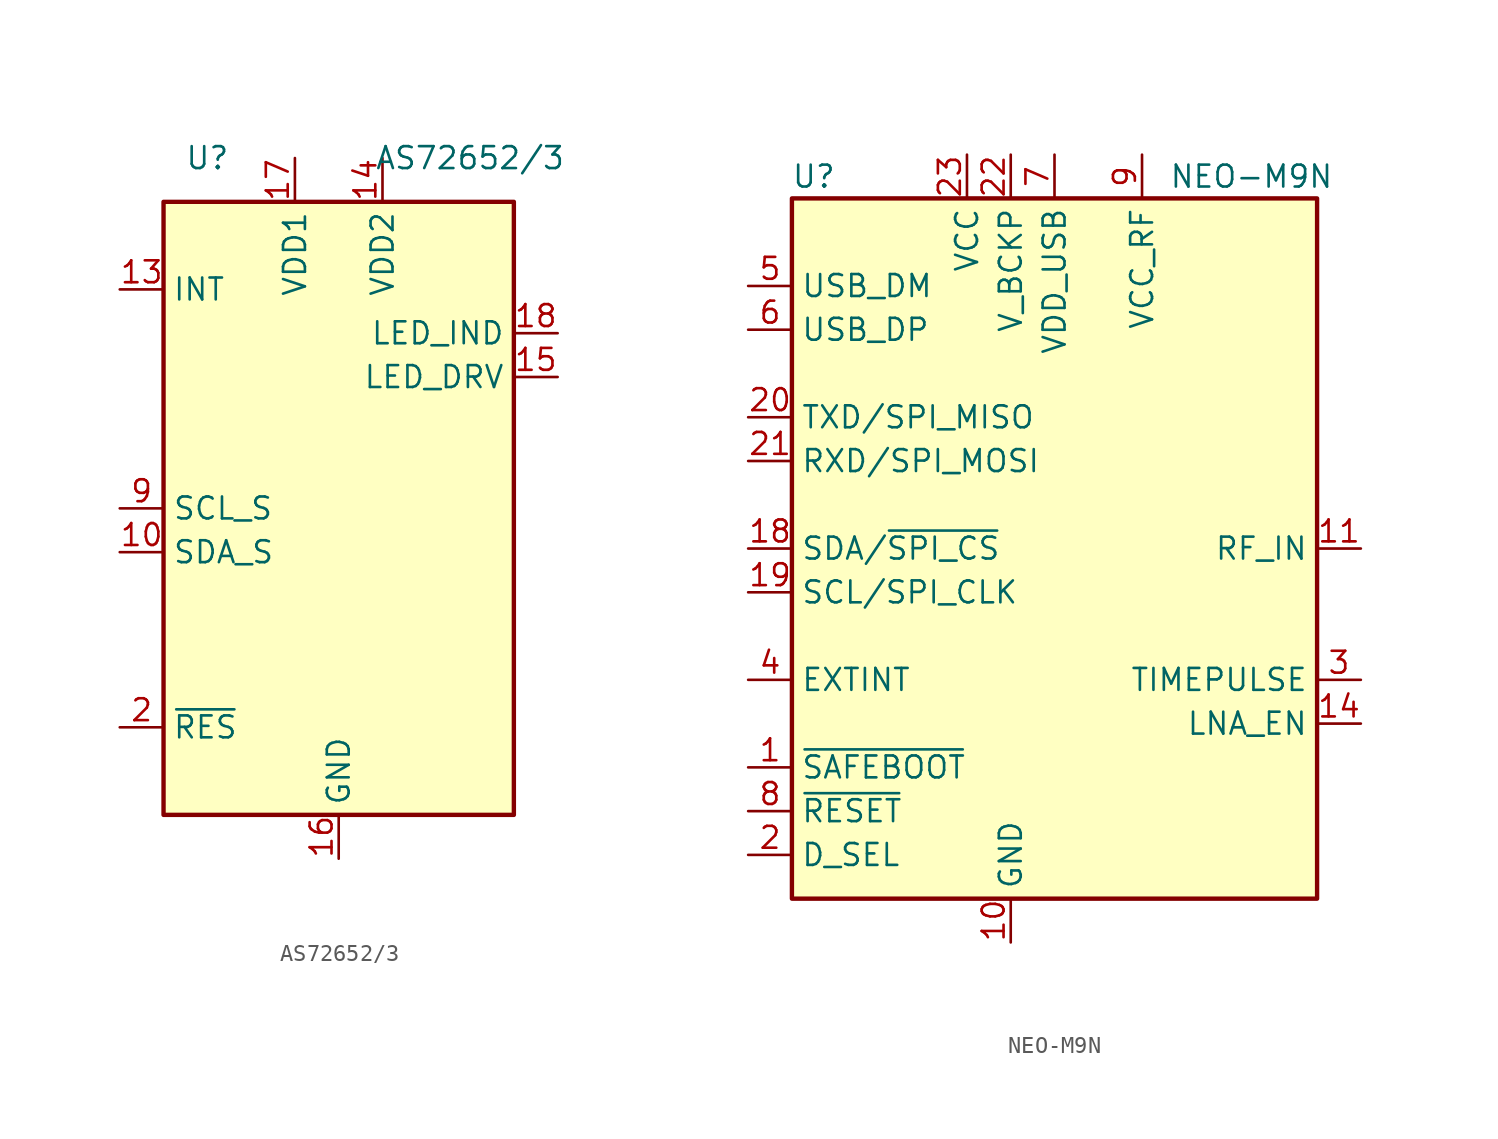
<source format=kicad_sym>
(kicad_symbol_lib
  (version 20211014)
  (generator kicad_symbol_editor)
  (symbol "AS72652/3"
    (property "Reference" "U"
      (at -7.62 20.32 0)
      (effects (font (size 1.27 1.27))))
    (property "Value" "AS72652/3"
      (at 7.62 20.32 0)
      (effects (font (size 1.27 1.27))))
    (symbol "AS72652/3_0_1"
      (rectangle (start 10.16 -17.78) (end -10.16 17.78) (stroke (width 0.254) (type default) (color 0 0 0 0)) (fill (type background))))
    (symbol "AS72652/3_1_1"
      (pin no_connect line (at -10.16 -5.08 0) (length 2.54) hide (name "NC" (effects (font (size 1.27 1.27)))) (number "1" (effects (font (size 1.27 1.27)))))
      (pin bidirectional line (at -12.7 -2.54 0) (length 2.54) (name "SDA_S" (effects (font (size 1.27 1.27)))) (number "10" (effects (font (size 1.27 1.27)))))
      (pin no_connect line (at -10.16 10.16 0) (length 2.54) hide (name "NC" (effects (font (size 1.27 1.27)))) (number "11" (effects (font (size 1.27 1.27)))))
      (pin no_connect line (at -10.16 7.62 0) (length 2.54) hide (name "NC" (effects (font (size 1.27 1.27)))) (number "12" (effects (font (size 1.27 1.27)))))
      (pin output line (at -12.7 12.7 0) (length 2.54) (name "INT" (effects (font (size 1.27 1.27)))) (number "13" (effects (font (size 1.27 1.27)))))
      (pin power_in line (at 2.54 20.32 270) (length 2.54) (name "VDD2" (effects (font (size 1.27 1.27)))) (number "14" (effects (font (size 1.27 1.27)))))
      (pin output line (at 12.7 7.62 180) (length 2.54) (name "LED_DRV" (effects (font (size 1.27 1.27)))) (number "15" (effects (font (size 1.27 1.27)))))
      (pin power_in line (at 0 -20.32 90) (length 2.54) (name "GND" (effects (font (size 1.27 1.27)))) (number "16" (effects (font (size 1.27 1.27)))))
      (pin power_in line (at -2.54 20.32 270) (length 2.54) (name "VDD1" (effects (font (size 1.27 1.27)))) (number "17" (effects (font (size 1.27 1.27)))))
      (pin output line (at 12.7 10.16 180) (length 2.54) (name "LED_IND" (effects (font (size 1.27 1.27)))) (number "18" (effects (font (size 1.27 1.27)))))
      (pin no_connect line (at 10.16 -12.7 180) (length 2.54) hide (name "NC" (effects (font (size 1.27 1.27)))) (number "19" (effects (font (size 1.27 1.27)))))
      (pin input line (at -12.7 -12.7 0) (length 2.54) (name "~{RES}" (effects (font (size 1.27 1.27)))) (number "2" (effects (font (size 1.27 1.27)))))
      (pin no_connect line (at -10.16 -7.62 0) (length 2.54) hide (name "NC" (effects (font (size 1.27 1.27)))) (number "20" (effects (font (size 1.27 1.27)))))
      (pin no_connect line (at 10.16 -5.08 180) (length 2.54) hide (name "NC" (effects (font (size 1.27 1.27)))) (number "3" (effects (font (size 1.27 1.27)))))
      (pin no_connect line (at 10.16 0 180) (length 2.54) hide (name "NC" (effects (font (size 1.27 1.27)))) (number "4" (effects (font (size 1.27 1.27)))))
      (pin no_connect line (at 10.16 -2.54 180) (length 2.54) hide (name "NC" (effects (font (size 1.27 1.27)))) (number "5" (effects (font (size 1.27 1.27)))))
      (pin no_connect line (at 10.16 -7.62 180) (length 2.54) hide (name "NC" (effects (font (size 1.27 1.27)))) (number "6" (effects (font (size 1.27 1.27)))))
      (pin no_connect line (at 10.16 -10.16 180) (length 2.54) hide (name "NC" (effects (font (size 1.27 1.27)))) (number "7" (effects (font (size 1.27 1.27)))))
      (pin no_connect line (at -10.16 5.08 0) (length 2.54) hide (name "NC" (effects (font (size 1.27 1.27)))) (number "8" (effects (font (size 1.27 1.27)))))
      (pin output line (at -12.7 0 0) (length 2.54) (name "SCL_S" (effects (font (size 1.27 1.27)))) (number "9" (effects (font (size 1.27 1.27)))))))
  (symbol "NEO-M9N"
    (property "Reference" "U"
      (at -13.97 21.59 0)
      (effects (font (size 1.27 1.27))))
    (property "Value" "NEO-M9N"
      (at 11.43 21.59 0)
      (effects (font (size 1.27 1.27))))
    (symbol "NEO-M9N_0_1"
      (rectangle (start -15.24 20.32) (end 15.24 -20.32) (stroke (width 0.254) (type default) (color 0 0 0 0)) (fill (type background))))
    (symbol "NEO-M9N_1_1"
      (pin input line (at -17.78 -12.7 0) (length 2.54) (name "~{SAFEBOOT}" (effects (font (size 1.27 1.27)))) (number "1" (effects (font (size 1.27 1.27)))))
      (pin power_in line (at -2.54 -22.86 90) (length 2.54) (name "GND" (effects (font (size 1.27 1.27)))) (number "10" (effects (font (size 1.27 1.27)))))
      (pin input line (at 17.78 0 180) (length 2.54) (name "RF_IN" (effects (font (size 1.27 1.27)))) (number "11" (effects (font (size 1.27 1.27)))))
      (pin passive line (at 2.54 -22.86 90) (length 2.54) hide (name "GND" (effects (font (size 1.27 1.27)))) (number "12" (effects (font (size 1.27 1.27)))))
      (pin passive line (at -5.08 -22.86 90) (length 2.54) hide (name "GND" (effects (font (size 1.27 1.27)))) (number "13" (effects (font (size 1.27 1.27)))))
      (pin output line (at 17.78 -10.16 180) (length 2.54) (name "LNA_EN" (effects (font (size 1.27 1.27)))) (number "14" (effects (font (size 1.27 1.27)))))
      (pin no_connect line (at 15.24 -12.7 180) (length 2.54) hide (name "RESERVED" (effects (font (size 1.27 1.27)))) (number "15" (effects (font (size 1.27 1.27)))))
      (pin no_connect line (at 15.24 -15.24 180) (length 2.54) hide (name "RESERVED" (effects (font (size 1.27 1.27)))) (number "16" (effects (font (size 1.27 1.27)))))
      (pin no_connect line (at 15.24 -17.78 180) (length 2.54) hide (name "RESERVED" (effects (font (size 1.27 1.27)))) (number "17" (effects (font (size 1.27 1.27)))))
      (pin bidirectional line (at -17.78 0 0) (length 2.54) (name "SDA/~{SPI_CS}" (effects (font (size 1.27 1.27)))) (number "18" (effects (font (size 1.27 1.27)))))
      (pin input line (at -17.78 -2.54 0) (length 2.54) (name "SCL/SPI_CLK" (effects (font (size 1.27 1.27)))) (number "19" (effects (font (size 1.27 1.27)))))
      (pin input line (at -17.78 -17.78 0) (length 2.54) (name "D_SEL" (effects (font (size 1.27 1.27)))) (number "2" (effects (font (size 1.27 1.27)))))
      (pin output line (at -17.78 7.62 0) (length 2.54) (name "TXD/SPI_MISO" (effects (font (size 1.27 1.27)))) (number "20" (effects (font (size 1.27 1.27)))))
      (pin input line (at -17.78 5.08 0) (length 2.54) (name "RXD/SPI_MOSI" (effects (font (size 1.27 1.27)))) (number "21" (effects (font (size 1.27 1.27)))))
      (pin power_in line (at -2.54 22.86 270) (length 2.54) (name "V_BCKP" (effects (font (size 1.27 1.27)))) (number "22" (effects (font (size 1.27 1.27)))))
      (pin power_in line (at -5.08 22.86 270) (length 2.54) (name "VCC" (effects (font (size 1.27 1.27)))) (number "23" (effects (font (size 1.27 1.27)))))
      (pin passive line (at 0 -22.86 90) (length 2.54) hide (name "GND" (effects (font (size 1.27 1.27)))) (number "24" (effects (font (size 1.27 1.27)))))
      (pin output line (at 17.78 -7.62 180) (length 2.54) (name "TIMEPULSE" (effects (font (size 1.27 1.27)))) (number "3" (effects (font (size 1.27 1.27)))))
      (pin input line (at -17.78 -7.62 0) (length 2.54) (name "EXTINT" (effects (font (size 1.27 1.27)))) (number "4" (effects (font (size 1.27 1.27)))))
      (pin bidirectional line (at -17.78 15.24 0) (length 2.54) (name "USB_DM" (effects (font (size 1.27 1.27)))) (number "5" (effects (font (size 1.27 1.27)))))
      (pin bidirectional line (at -17.78 12.7 0) (length 2.54) (name "USB_DP" (effects (font (size 1.27 1.27)))) (number "6" (effects (font (size 1.27 1.27)))))
      (pin power_in line (at 0 22.86 270) (length 2.54) (name "VDD_USB" (effects (font (size 1.27 1.27)))) (number "7" (effects (font (size 1.27 1.27)))))
      (pin input line (at -17.78 -15.24 0) (length 2.54) (name "~{RESET}" (effects (font (size 1.27 1.27)))) (number "8" (effects (font (size 1.27 1.27)))))
      (pin power_out line (at 5.08 22.86 270) (length 2.54) (name "VCC_RF" (effects (font (size 1.27 1.27)))) (number "9" (effects (font (size 1.27 1.27))))))))
</source>
